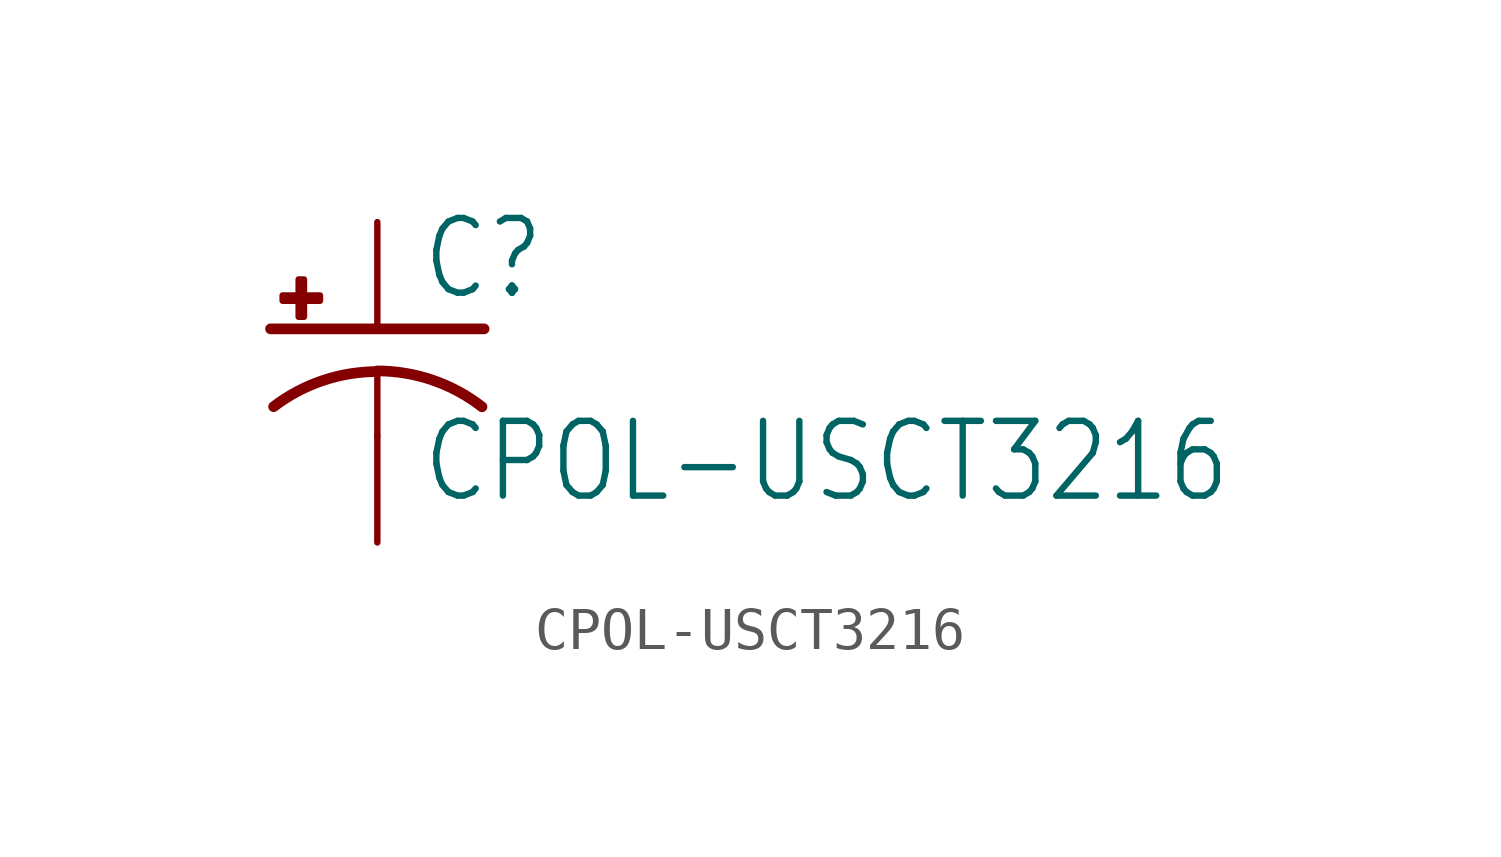
<source format=kicad_sym>
(kicad_symbol_lib
  (version 20211014)
  (generator kicad_symbol_editor)
  (symbol "CPOL-USCT3216"
    (property "Reference" "C"
      (at 1.016 0.635 0)
      (effects (font (size 1.778 1.511)) (justify left bottom)))
    (property "Value" "CPOL-USCT3216"
      (at 1.016 -4.191 0)
      (effects (font (size 1.778 1.511)) (justify left bottom)))
    (property "ki_locked" ""
      (at 0 0 0)
      (effects (font (size 1.27 1.27))))
    (symbol "CPOL-USCT3216_1_0"
      (rectangle (start -2.253 0.668) (end -1.364 0.795) (stroke (width 0) (type default) (color 0 0 0 0)) (fill (type outline)))
      (rectangle (start -1.872 0.287) (end -1.745 1.176) (stroke (width 0) (type default) (color 0 0 0 0)) (fill (type outline)))
      (arc (start 0 -1.0161) (mid -1.3021 -1.2302) (end -2.4669 -1.8504) (stroke (width 0.254) (type default) (color 0 0 0 0)) (fill (type none)))
      (polyline (pts (xy -2.54 0) (xy 2.54 0)) (stroke (width 0.254) (type default) (color 0 0 0 0)) (fill (type none)))
      (polyline (pts (xy 0 -1.016) (xy 0 -2.54)) (stroke (width 0.152) (type default) (color 0 0 0 0)) (fill (type none)))
      (arc (start 2.4892 -1.8542) (mid 1.3158 -1.2195) (end 0 -1) (stroke (width 0.254) (type default) (color 0 0 0 0)) (fill (type none)))
      (pin passive line (at 0 2.54 270) (length 2.54) (name "+" (effects (font (size 0 0)))) (number "+" (effects (font (size 0 0)))))
      (pin passive line (at 0 -5.08 90) (length 2.54) (name "-" (effects (font (size 0 0)))) (number "-" (effects (font (size 0 0))))))))
</source>
